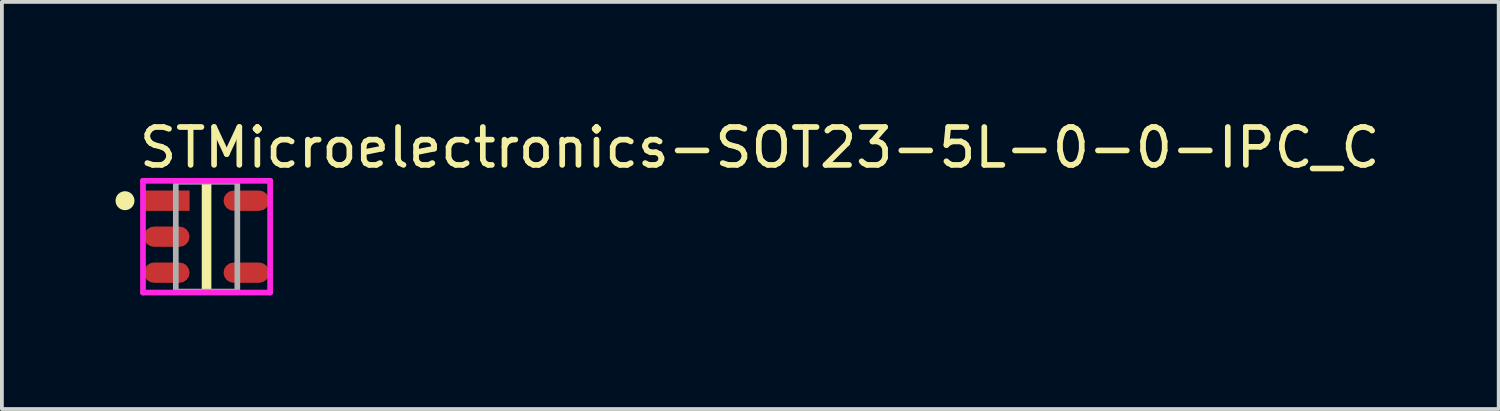
<source format=kicad_pcb>
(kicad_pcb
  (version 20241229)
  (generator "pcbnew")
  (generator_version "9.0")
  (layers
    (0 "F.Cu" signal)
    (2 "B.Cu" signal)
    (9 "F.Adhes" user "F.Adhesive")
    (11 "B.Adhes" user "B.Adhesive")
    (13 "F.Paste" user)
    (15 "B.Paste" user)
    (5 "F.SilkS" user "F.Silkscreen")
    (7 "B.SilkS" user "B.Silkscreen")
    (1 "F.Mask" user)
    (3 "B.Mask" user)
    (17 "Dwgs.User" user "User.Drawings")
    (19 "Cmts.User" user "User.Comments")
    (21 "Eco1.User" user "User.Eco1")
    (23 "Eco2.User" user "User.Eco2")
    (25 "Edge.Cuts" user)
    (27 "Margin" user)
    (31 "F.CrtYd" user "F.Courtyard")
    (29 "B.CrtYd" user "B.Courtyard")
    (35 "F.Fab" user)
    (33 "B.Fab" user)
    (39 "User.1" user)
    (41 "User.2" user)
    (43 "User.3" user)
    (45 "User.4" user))
  (footprint "STMicroelectronics-SOT23-5L-0-0-IPC_C"
    (layer "F.Cu")
    (at 2.403 3.198)
    (property "Reference" "STMicroelectronics-SOT23-5L-0-0-IPC_C" (at -1.853 -2.35 0) (layer "F.SilkS") (effects (font (size 1 1) (thickness 0.15)) (justify left)))
    (attr through_hole)
    (fp_line (start -0.052 -1.45) (end -0.052 1.45) (stroke (width 0.15) (type solid)) (layer "F.SilkS"))
    (fp_line (start -0.052 1.45) (end 0.052 1.45) (stroke (width 0.15) (type solid)) (layer "F.SilkS"))
    (fp_line (start 0.052 -1.45) (end -0.052 -1.45) (stroke (width 0.15) (type solid)) (layer "F.SilkS"))
    (fp_line (start 0.052 1.45) (end 0.052 -1.45) (stroke (width 0.15) (type solid)) (layer "F.SilkS"))
    (fp_circle (center -2.153 -0.95) (end -2.028 -0.95) (stroke (width 0.25) (type solid)) (fill no) (layer "F.SilkS"))
    (fp_line (start -1.678 -1.475) (end -1.678 1.475) (stroke (width 0.15) (type solid)) (layer "F.CrtYd"))
    (fp_line (start -1.678 1.475) (end 1.678 1.475) (stroke (width 0.15) (type solid)) (layer "F.CrtYd"))
    (fp_line (start 1.678 -1.475) (end -1.678 -1.475) (stroke (width 0.15) (type solid)) (layer "F.CrtYd"))
    (fp_line (start 1.678 -1.475) (end 1.678 -1.475) (stroke (width 0.15) (type solid)) (layer "F.CrtYd"))
    (fp_line (start 1.678 1.475) (end 1.678 -1.475) (stroke (width 0.15) (type solid)) (layer "F.CrtYd"))
    (fp_line (start -0.812 -1.45) (end 0.812 -1.45) (stroke (width 0.15) (type solid)) (layer "F.Fab"))
    (fp_line (start -0.812 1.45) (end -0.812 -1.45) (stroke (width 0.15) (type solid)) (layer "F.Fab"))
    (fp_line (start 0.812 -1.45) (end 0.812 1.45) (stroke (width 0.15) (type solid)) (layer "F.Fab"))
    (fp_line (start 0.812 1.45) (end -0.812 1.45) (stroke (width 0.15) (type solid)) (layer "F.Fab"))
    (pad "1" smd rect (at -1.051 -0.95) (size 1.205 0.536) (layers "F.Cu" "F.Mask" "F.Paste"))
    (pad "2" smd roundrect (at -1.051 0.000001) (size 1.205 0.536) (layers "F.Cu" "F.Mask" "F.Paste") (roundrect_rratio 0.5))
    (pad "3" smd roundrect (at -1.051 0.95) (size 1.205 0.536) (layers "F.Cu" "F.Mask" "F.Paste") (roundrect_rratio 0.5))
    (pad "4" smd roundrect (at 1.051 0.95) (size 1.205 0.536) (layers "F.Cu" "F.Mask" "F.Paste") (roundrect_rratio 0.5))
    (pad "5" smd roundrect (at 1.051 -0.95) (size 1.205 0.536) (layers "F.Cu" "F.Mask" "F.Paste") (roundrect_rratio 0.5)))
  (gr_rect
    (start -3 -3)
    (end 36.514 7.748)
    (stroke (width 0.1) (type default))
    (fill no)
    (layer "Edge.Cuts")))
</source>
